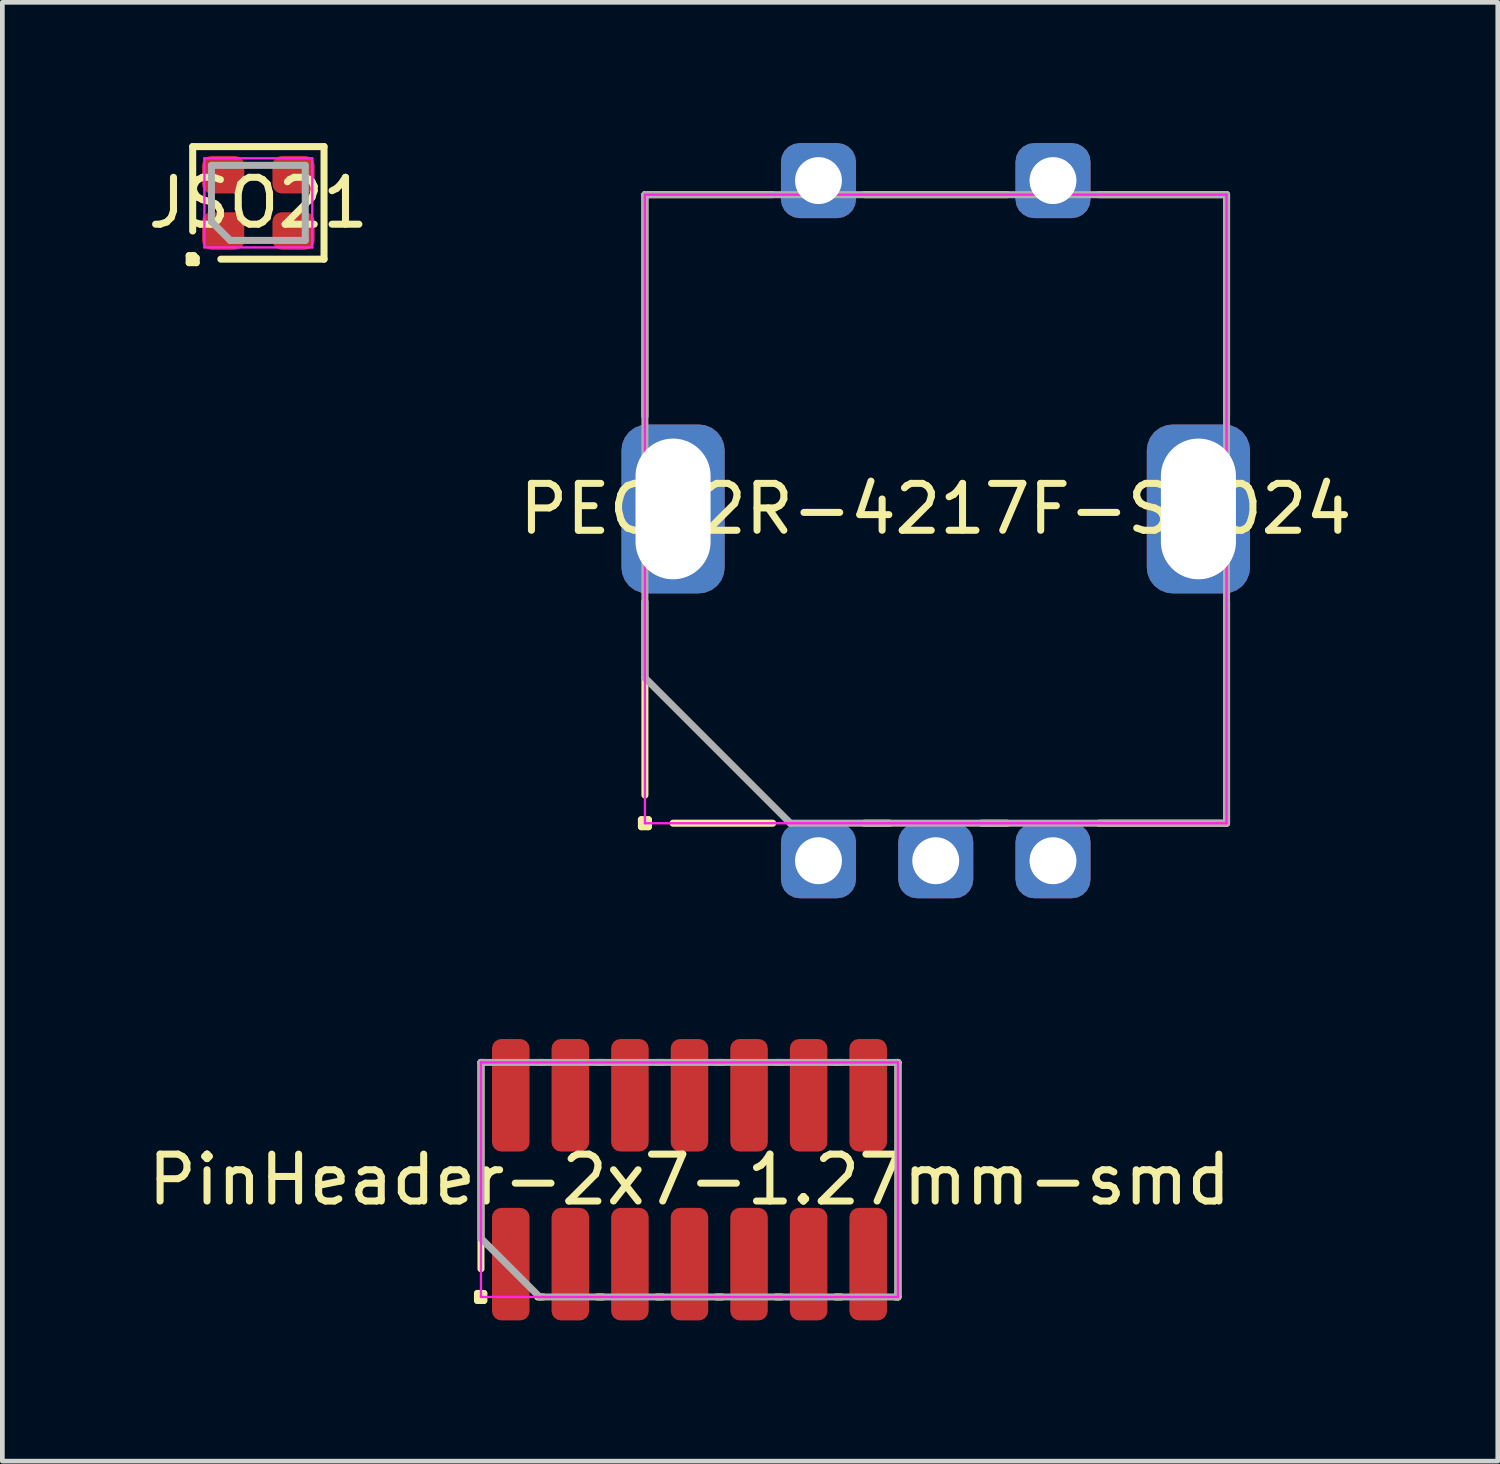
<source format=kicad_pcb>
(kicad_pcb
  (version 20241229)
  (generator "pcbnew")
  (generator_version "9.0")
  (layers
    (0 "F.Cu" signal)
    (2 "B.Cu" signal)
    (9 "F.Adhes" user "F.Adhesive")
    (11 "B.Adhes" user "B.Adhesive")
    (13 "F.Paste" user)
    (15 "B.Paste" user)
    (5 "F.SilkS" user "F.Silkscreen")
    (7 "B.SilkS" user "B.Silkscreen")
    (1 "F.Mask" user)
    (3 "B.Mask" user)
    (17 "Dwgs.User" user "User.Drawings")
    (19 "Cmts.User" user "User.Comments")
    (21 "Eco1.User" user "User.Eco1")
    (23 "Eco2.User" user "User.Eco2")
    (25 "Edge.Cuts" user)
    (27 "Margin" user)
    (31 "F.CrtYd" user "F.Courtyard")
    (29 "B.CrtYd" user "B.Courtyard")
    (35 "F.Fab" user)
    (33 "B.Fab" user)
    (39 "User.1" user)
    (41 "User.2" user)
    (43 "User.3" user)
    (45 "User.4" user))
  (footprint "PinHeader-2x7-1.27mm-smd"
    (layer "F.Cu")
    (at 11.649 22.1)
    (property "Reference" "PinHeader-2x7-1.27mm-smd" (at 0 0 0) (layer "F.SilkS") (effects (font (size 1 1) (thickness 0.15))))
    (attr smd)
    (fp_line (start -4.52 2.425) (end -4.385 2.425) (stroke (width 0.15) (type solid)) (layer "F.SilkS"))
    (fp_line (start -4.52 2.575) (end -4.52 2.425) (stroke (width 0.15) (type solid)) (layer "F.SilkS"))
    (fp_line (start -4.445 -2.5) (end -4.445 1.9) (stroke (width 0.15) (type solid)) (layer "F.SilkS"))
    (fp_line (start -4.385 -2.5) (end -4.445 -2.5) (stroke (width 0.15) (type solid)) (layer "F.SilkS"))
    (fp_line (start -4.385 2.425) (end -4.385 2.575) (stroke (width 0.15) (type solid)) (layer "F.SilkS"))
    (fp_line (start -4.385 2.575) (end -4.52 2.575) (stroke (width 0.15) (type solid)) (layer "F.SilkS"))
    (fp_line (start -3.235 2.5) (end -3.115 2.5) (stroke (width 0.15) (type solid)) (layer "F.SilkS"))
    (fp_line (start -3.115 -2.5) (end -3.235 -2.5) (stroke (width 0.15) (type solid)) (layer "F.SilkS"))
    (fp_line (start -1.965 2.5) (end -1.845 2.5) (stroke (width 0.15) (type solid)) (layer "F.SilkS"))
    (fp_line (start -1.845 -2.5) (end -1.965 -2.5) (stroke (width 0.15) (type solid)) (layer "F.SilkS"))
    (fp_line (start -0.695 2.5) (end -0.575 2.5) (stroke (width 0.15) (type solid)) (layer "F.SilkS"))
    (fp_line (start -0.575 -2.5) (end -0.695 -2.5) (stroke (width 0.15) (type solid)) (layer "F.SilkS"))
    (fp_line (start 0.575 2.5) (end 0.695 2.5) (stroke (width 0.15) (type solid)) (layer "F.SilkS"))
    (fp_line (start 0.695 -2.5) (end 0.575 -2.5) (stroke (width 0.15) (type solid)) (layer "F.SilkS"))
    (fp_line (start 1.845 2.5) (end 1.965 2.5) (stroke (width 0.15) (type solid)) (layer "F.SilkS"))
    (fp_line (start 1.965 -2.5) (end 1.845 -2.5) (stroke (width 0.15) (type solid)) (layer "F.SilkS"))
    (fp_line (start 3.115 2.5) (end 3.235 2.5) (stroke (width 0.15) (type solid)) (layer "F.SilkS"))
    (fp_line (start 3.235 -2.5) (end 3.115 -2.5) (stroke (width 0.15) (type solid)) (layer "F.SilkS"))
    (fp_line (start 4.385 2.5) (end 4.445 2.5) (stroke (width 0.15) (type solid)) (layer "F.SilkS"))
    (fp_line (start 4.445 -2.5) (end 4.385 -2.5) (stroke (width 0.15) (type solid)) (layer "F.SilkS"))
    (fp_line (start 4.445 2.5) (end 4.445 -2.5) (stroke (width 0.15) (type solid)) (layer "F.SilkS"))
    (fp_line (start -4.445 -2.5) (end 4.445 -2.5) (stroke (width 0.05) (type solid)) (layer "F.CrtYd"))
    (fp_line (start -4.445 2.5) (end -4.445 -2.5) (stroke (width 0.05) (type solid)) (layer "F.CrtYd"))
    (fp_line (start 4.445 -2.5) (end 4.445 2.5) (stroke (width 0.05) (type solid)) (layer "F.CrtYd"))
    (fp_line (start 4.445 2.5) (end -4.445 2.5) (stroke (width 0.05) (type solid)) (layer "F.CrtYd"))
    (fp_line (start -4.445 -2.5) (end -4.445 1.25) (stroke (width 0.15) (type solid)) (layer "F.Fab"))
    (fp_line (start -3.195 2.5) (end -4.445 1.25) (stroke (width 0.15) (type solid)) (layer "F.Fab"))
    (fp_line (start -3.195 2.5) (end 4.445 2.5) (stroke (width 0.15) (type solid)) (layer "F.Fab"))
    (fp_line (start 4.445 -2.5) (end -4.445 -2.5) (stroke (width 0.15) (type solid)) (layer "F.Fab"))
    (fp_line (start 4.445 2.5) (end 4.445 -2.5) (stroke (width 0.15) (type solid)) (layer "F.Fab"))
    (pad "1" smd roundrect (at -3.81 1.8) (size 0.8 2.4) (layers "F.Cu" "F.Mask" "F.Paste") (roundrect_rratio 0.25))
    (pad "2" smd roundrect (at -3.81 -1.8) (size 0.8 2.4) (layers "F.Cu" "F.Mask" "F.Paste") (roundrect_rratio 0.25))
    (pad "3" smd roundrect (at -2.54 1.8) (size 0.8 2.4) (layers "F.Cu" "F.Mask" "F.Paste") (roundrect_rratio 0.25))
    (pad "4" smd roundrect (at -2.54 -1.8) (size 0.8 2.4) (layers "F.Cu" "F.Mask" "F.Paste") (roundrect_rratio 0.25))
    (pad "5" smd roundrect (at -1.27 1.8) (size 0.8 2.4) (layers "F.Cu" "F.Mask" "F.Paste") (roundrect_rratio 0.25))
    (pad "6" smd roundrect (at -1.27 -1.8) (size 0.8 2.4) (layers "F.Cu" "F.Mask" "F.Paste") (roundrect_rratio 0.25))
    (pad "7" smd roundrect (at 0 1.8) (size 0.8 2.4) (layers "F.Cu" "F.Mask" "F.Paste") (roundrect_rratio 0.25))
    (pad "8" smd roundrect (at 0 -1.8) (size 0.8 2.4) (layers "F.Cu" "F.Mask" "F.Paste") (roundrect_rratio 0.25))
    (pad "9" smd roundrect (at 1.27 1.8) (size 0.8 2.4) (layers "F.Cu" "F.Mask" "F.Paste") (roundrect_rratio 0.25))
    (pad "10" smd roundrect (at 1.27 -1.8) (size 0.8 2.4) (layers "F.Cu" "F.Mask" "F.Paste") (roundrect_rratio 0.25))
    (pad "11" smd roundrect (at 2.54 1.8) (size 0.8 2.4) (layers "F.Cu" "F.Mask" "F.Paste") (roundrect_rratio 0.25))
    (pad "12" smd roundrect (at 2.54 -1.8) (size 0.8 2.4) (layers "F.Cu" "F.Mask" "F.Paste") (roundrect_rratio 0.25))
    (pad "13" smd roundrect (at 3.81 1.8) (size 0.8 2.4) (layers "F.Cu" "F.Mask" "F.Paste") (roundrect_rratio 0.25))
    (pad "14" smd roundrect (at 3.81 -1.8) (size 0.8 2.4) (layers "F.Cu" "F.Mask" "F.Paste") (roundrect_rratio 0.25)))
  (footprint "JSO21"
    (layer "F.Cu")
    (at 2.458 1.275)
    (property "Reference" "JSO21" (at 0 0 0) (layer "F.SilkS") (effects (font (size 1 1) (thickness 0.15))))
    (attr smd)
    (fp_line (start -1.475 1.125) (end -1.375 1.125) (stroke (width 0.15) (type solid)) (layer "F.SilkS"))
    (fp_line (start -1.475 1.275) (end -1.475 1.125) (stroke (width 0.15) (type solid)) (layer "F.SilkS"))
    (fp_line (start -1.4 -1.2) (end -1.4 0.6) (stroke (width 0.15) (type solid)) (layer "F.SilkS"))
    (fp_line (start -1.375 1.125) (end -1.375 1.175) (stroke (width 0.15) (type solid)) (layer "F.SilkS"))
    (fp_line (start -1.375 1.175) (end -1.325 1.175) (stroke (width 0.15) (type solid)) (layer "F.SilkS"))
    (fp_line (start -1.325 1.175) (end -1.325 1.275) (stroke (width 0.15) (type solid)) (layer "F.SilkS"))
    (fp_line (start -1.325 1.275) (end -1.475 1.275) (stroke (width 0.15) (type solid)) (layer "F.SilkS"))
    (fp_line (start -0.8 1.2) (end 1.4 1.2) (stroke (width 0.15) (type solid)) (layer "F.SilkS"))
    (fp_line (start 1.4 -1.2) (end -1.4 -1.2) (stroke (width 0.15) (type solid)) (layer "F.SilkS"))
    (fp_line (start 1.4 1.2) (end 1.4 -1.2) (stroke (width 0.15) (type solid)) (layer "F.SilkS"))
    (fp_line (start -1.15 -0.95) (end 1.15 -0.95) (stroke (width 0.05) (type solid)) (layer "F.CrtYd"))
    (fp_line (start -1.15 0.95) (end -1.15 -0.95) (stroke (width 0.05) (type solid)) (layer "F.CrtYd"))
    (fp_line (start 1.15 -0.95) (end 1.15 0.95) (stroke (width 0.05) (type solid)) (layer "F.CrtYd"))
    (fp_line (start 1.15 0.95) (end -1.15 0.95) (stroke (width 0.05) (type solid)) (layer "F.CrtYd"))
    (fp_line (start -1 -0.8) (end -1 0.4) (stroke (width 0.15) (type solid)) (layer "F.Fab"))
    (fp_line (start -0.6 0.8) (end -1 0.4) (stroke (width 0.15) (type solid)) (layer "F.Fab"))
    (fp_line (start -0.6 0.8) (end 1 0.8) (stroke (width 0.15) (type solid)) (layer "F.Fab"))
    (fp_line (start 1 -0.8) (end -1 -0.8) (stroke (width 0.15) (type solid)) (layer "F.Fab"))
    (fp_line (start 1 0.8) (end 1 -0.8) (stroke (width 0.15) (type solid)) (layer "F.Fab"))
    (pad "1" smd roundrect (at -0.75 0.6) (size 0.9 0.8) (layers "F.Cu" "F.Mask" "F.Paste") (roundrect_rratio 0.25))
    (pad "2" smd roundrect (at 0.75 0.6) (size 0.9 0.8) (layers "F.Cu" "F.Mask" "F.Paste") (roundrect_rratio 0.25))
    (pad "3" smd roundrect (at 0.75 -0.6) (size 0.9 0.8) (layers "F.Cu" "F.Mask" "F.Paste") (roundrect_rratio 0.25))
    (pad "4" smd roundrect (at -0.75 -0.6) (size 0.9 0.8) (layers "F.Cu" "F.Mask" "F.Paste") (roundrect_rratio 0.25)))
  (footprint "PEC12R-4217F-S0024"
    (layer "F.Cu")
    (at 16.899 7.8)
    (property "Reference" "PEC12R-4217F-S0024" (at 0 0 0) (layer "F.SilkS") (effects (font (size 1 1) (thickness 0.15))))
    (attr through_hole)
    (fp_line (start -6.275 6.625) (end -6.125 6.625) (stroke (width 0.15) (type solid)) (layer "F.SilkS"))
    (fp_line (start -6.275 6.775) (end -6.275 6.625) (stroke (width 0.15) (type solid)) (layer "F.SilkS"))
    (fp_line (start -6.2 -6.7) (end -6.2 -1.975) (stroke (width 0.15) (type solid)) (layer "F.SilkS"))
    (fp_line (start -6.2 1.975) (end -6.2 6.1) (stroke (width 0.15) (type solid)) (layer "F.SilkS"))
    (fp_line (start -6.125 6.625) (end -6.125 6.775) (stroke (width 0.15) (type solid)) (layer "F.SilkS"))
    (fp_line (start -6.125 6.775) (end -6.275 6.775) (stroke (width 0.15) (type solid)) (layer "F.SilkS"))
    (fp_line (start -5.6 6.7) (end -3.475 6.7) (stroke (width 0.15) (type solid)) (layer "F.SilkS"))
    (fp_line (start -3.475 -6.7) (end -6.2 -6.7) (stroke (width 0.15) (type solid)) (layer "F.SilkS"))
    (fp_line (start -1.525 6.7) (end -0.975 6.7) (stroke (width 0.15) (type solid)) (layer "F.SilkS"))
    (fp_line (start 0.975 6.7) (end 1.525 6.7) (stroke (width 0.15) (type solid)) (layer "F.SilkS"))
    (fp_line (start 1.525 -6.7) (end -1.525 -6.7) (stroke (width 0.15) (type solid)) (layer "F.SilkS"))
    (fp_line (start 3.475 6.7) (end 6.2 6.7) (stroke (width 0.15) (type solid)) (layer "F.SilkS"))
    (fp_line (start 6.2 -6.7) (end 3.475 -6.7) (stroke (width 0.15) (type solid)) (layer "F.SilkS"))
    (fp_line (start 6.2 -1.975) (end 6.2 -6.7) (stroke (width 0.15) (type solid)) (layer "F.SilkS"))
    (fp_line (start 6.2 6.7) (end 6.2 1.975) (stroke (width 0.15) (type solid)) (layer "F.SilkS"))
    (fp_line (start -6.2 -6.7) (end 6.2 -6.7) (stroke (width 0.05) (type solid)) (layer "F.CrtYd"))
    (fp_line (start -6.2 6.7) (end -6.2 -6.7) (stroke (width 0.05) (type solid)) (layer "F.CrtYd"))
    (fp_line (start 6.2 -6.7) (end 6.2 6.7) (stroke (width 0.05) (type solid)) (layer "F.CrtYd"))
    (fp_line (start 6.2 6.7) (end -6.2 6.7) (stroke (width 0.05) (type solid)) (layer "F.CrtYd"))
    (fp_line (start -6.2 -6.7) (end -6.2 3.6) (stroke (width 0.15) (type solid)) (layer "F.Fab"))
    (fp_line (start -3.1 6.7) (end -6.2 3.6) (stroke (width 0.15) (type solid)) (layer "F.Fab"))
    (fp_line (start -3.1 6.7) (end 6.2 6.7) (stroke (width 0.15) (type solid)) (layer "F.Fab"))
    (fp_line (start 6.2 -6.7) (end -6.2 -6.7) (stroke (width 0.15) (type solid)) (layer "F.Fab"))
    (fp_line (start 6.2 6.7) (end 6.2 -6.7) (stroke (width 0.15) (type solid)) (layer "F.Fab"))
    (pad "1" thru_hole roundrect (at -5.6 0) (size 2.2 3.6) (drill oval 1.6 3) (layers "*.Cu" "*.Mask") (roundrect_rratio 0.25))
    (pad "2" thru_hole roundrect (at 5.6 0) (size 2.2 3.6) (drill oval 1.6 3) (layers "*.Cu" "*.Mask") (roundrect_rratio 0.25))
    (pad "A" thru_hole roundrect (at -2.5 7.5) (size 1.6 1.6) (drill 1) (layers "*.Cu" "*.Mask") (roundrect_rratio 0.25))
    (pad "B" thru_hole roundrect (at 2.5 7.5) (size 1.6 1.6) (drill 1) (layers "*.Cu" "*.Mask") (roundrect_rratio 0.25))
    (pad "C" thru_hole roundrect (at 0 7.5) (size 1.6 1.6) (drill 1) (layers "*.Cu" "*.Mask") (roundrect_rratio 0.25))
    (pad "S1" thru_hole roundrect (at -2.5 -7) (size 1.6 1.6) (drill 1) (layers "*.Cu" "*.Mask") (roundrect_rratio 0.25))
    (pad "S2" thru_hole roundrect (at 2.5 -7) (size 1.6 1.6) (drill 1) (layers "*.Cu" "*.Mask") (roundrect_rratio 0.25)))
  (gr_rect
    (start -3 -3)
    (end 28.881 28.1)
    (stroke (width 0.1) (type default))
    (fill no)
    (layer "Edge.Cuts")))
</source>
